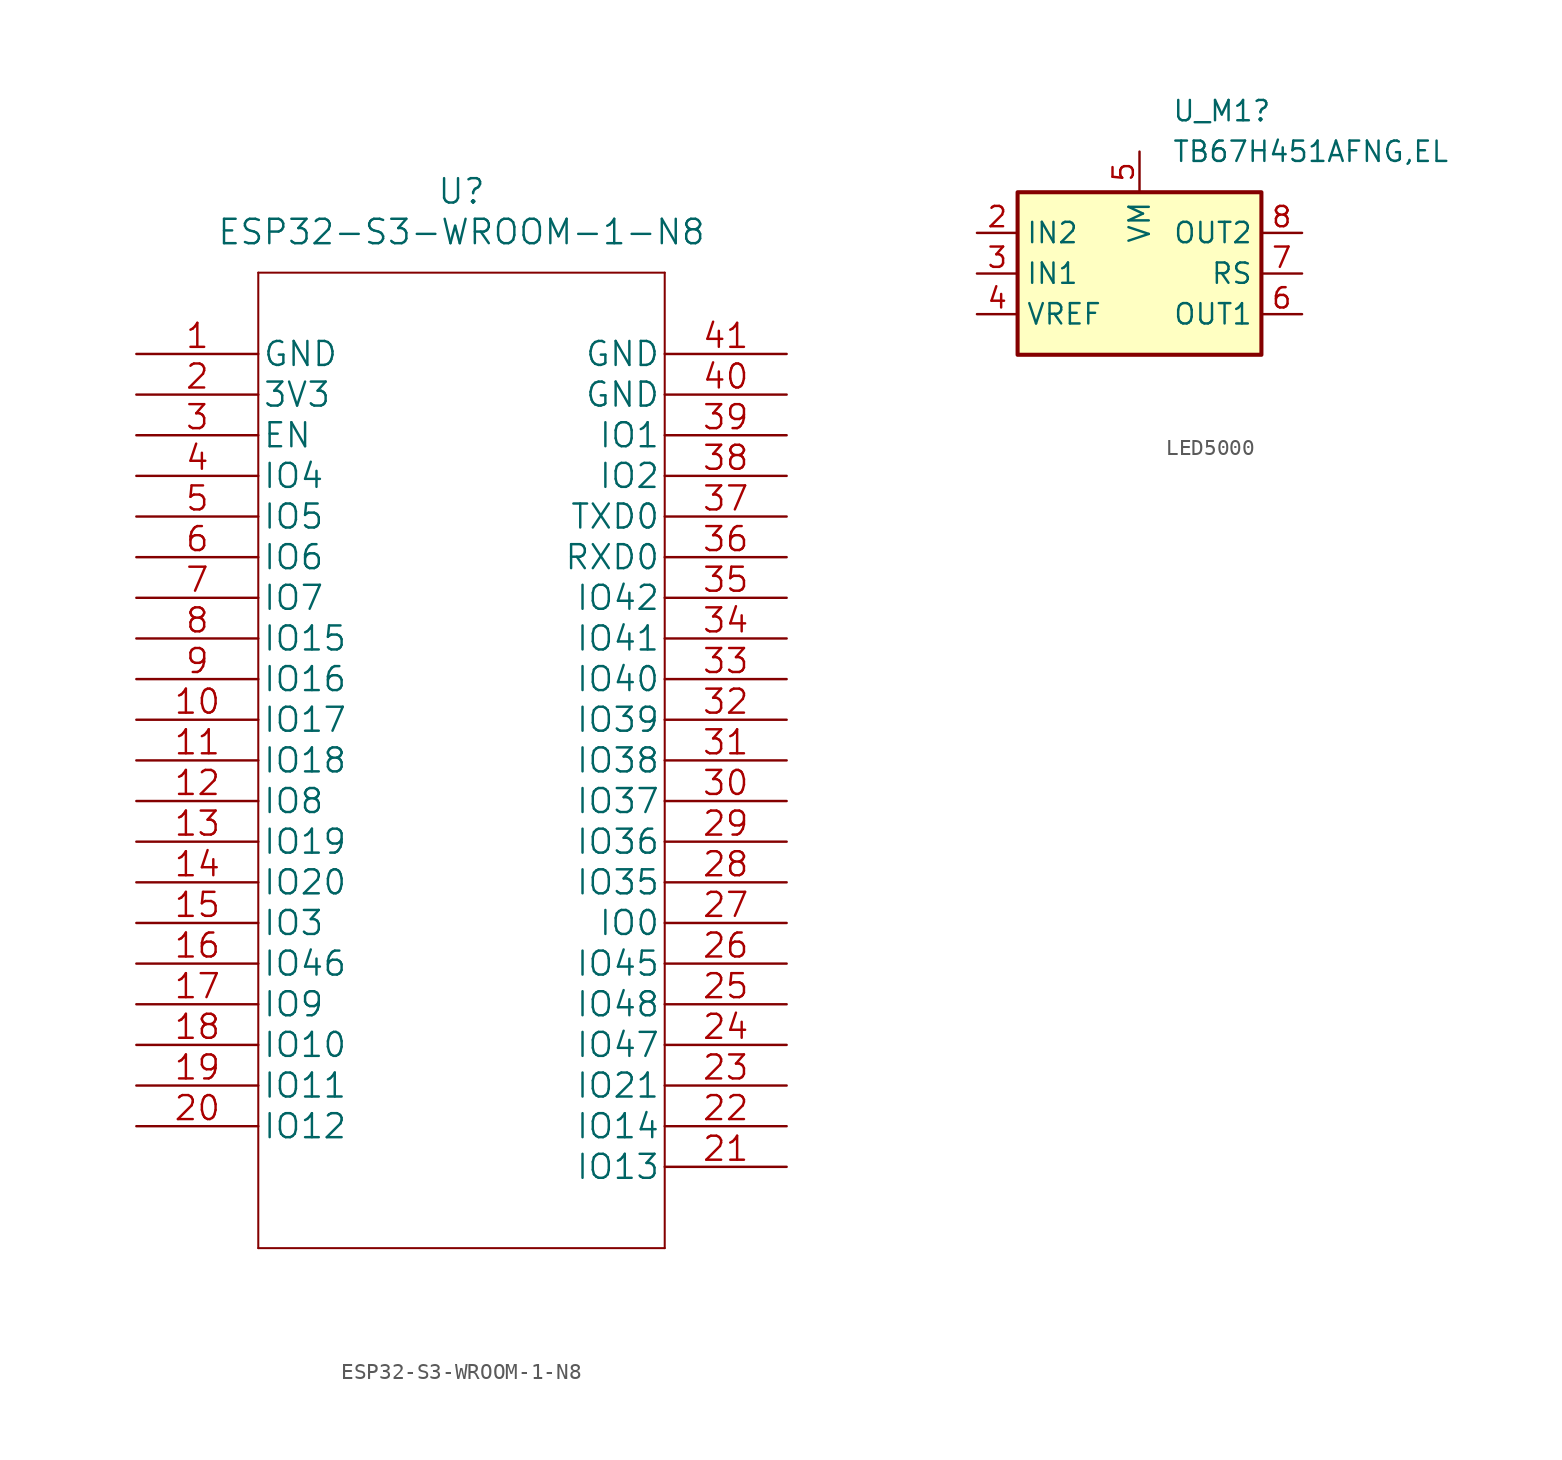
<source format=kicad_sym>
(kicad_symbol_lib
  (version 20220914)
  (generator kicad_symbol_editor)
  (symbol "ESP32-S3-WROOM-1-N8"
    (pin_names
      (offset 0.254))
    (property "Reference" "U"
      (at 20.32 10.16 0)
      (effects (font (size 1.524 1.524))))
    (property "Value" "ESP32-S3-WROOM-1-N8"
      (at 20.32 7.62 0)
      (effects (font (size 1.524 1.524))))
    (property "Datasheet" ""
      (at 0 0 0)
      (effects (font (size 1.524 1.524))))
    (property "ki_locked" ""
      (at 0 0 0)
      (effects (font (size 1.27 1.27))))
    (symbol "ESP32-S3-WROOM-1-N8_1_1"
      (polyline (pts (xy 7.62 -55.88) (xy 33.02 -55.88)) (stroke (width 0.127) (type default)) (fill (type none)))
      (polyline (pts (xy 7.62 5.08) (xy 7.62 -55.88)) (stroke (width 0.127) (type default)) (fill (type none)))
      (polyline (pts (xy 33.02 -55.88) (xy 33.02 5.08)) (stroke (width 0.127) (type default)) (fill (type none)))
      (polyline (pts (xy 33.02 5.08) (xy 7.62 5.08)) (stroke (width 0.127) (type default)) (fill (type none)))
      (pin power_in line (at 0 0 0) (length 7.62) (name "GND" (effects (font (size 1.499 1.499)))) (number "1" (effects (font (size 1.499 1.499)))))
      (pin bidirectional line (at 0 -22.86 0) (length 7.62) (name "IO17" (effects (font (size 1.499 1.499)))) (number "10" (effects (font (size 1.499 1.499)))))
      (pin bidirectional line (at 0 -25.4 0) (length 7.62) (name "IO18" (effects (font (size 1.499 1.499)))) (number "11" (effects (font (size 1.499 1.499)))))
      (pin bidirectional line (at 0 -27.94 0) (length 7.62) (name "IO8" (effects (font (size 1.499 1.499)))) (number "12" (effects (font (size 1.499 1.499)))))
      (pin bidirectional line (at 0 -30.48 0) (length 7.62) (name "IO19" (effects (font (size 1.499 1.499)))) (number "13" (effects (font (size 1.499 1.499)))))
      (pin bidirectional line (at 0 -33.02 0) (length 7.62) (name "IO20" (effects (font (size 1.499 1.499)))) (number "14" (effects (font (size 1.499 1.499)))))
      (pin bidirectional line (at 0 -35.56 0) (length 7.62) (name "IO3" (effects (font (size 1.499 1.499)))) (number "15" (effects (font (size 1.499 1.499)))))
      (pin bidirectional line (at 0 -38.1 0) (length 7.62) (name "IO46" (effects (font (size 1.499 1.499)))) (number "16" (effects (font (size 1.499 1.499)))))
      (pin bidirectional line (at 0 -40.64 0) (length 7.62) (name "IO9" (effects (font (size 1.499 1.499)))) (number "17" (effects (font (size 1.499 1.499)))))
      (pin bidirectional line (at 0 -43.18 0) (length 7.62) (name "IO10" (effects (font (size 1.499 1.499)))) (number "18" (effects (font (size 1.499 1.499)))))
      (pin bidirectional line (at 0 -45.72 0) (length 7.62) (name "IO11" (effects (font (size 1.499 1.499)))) (number "19" (effects (font (size 1.499 1.499)))))
      (pin power_in line (at 0 -2.54 0) (length 7.62) (name "3V3" (effects (font (size 1.499 1.499)))) (number "2" (effects (font (size 1.499 1.499)))))
      (pin bidirectional line (at 0 -48.26 0) (length 7.62) (name "IO12" (effects (font (size 1.499 1.499)))) (number "20" (effects (font (size 1.499 1.499)))))
      (pin bidirectional line (at 40.64 -50.8 180) (length 7.62) (name "IO13" (effects (font (size 1.499 1.499)))) (number "21" (effects (font (size 1.499 1.499)))))
      (pin bidirectional line (at 40.64 -48.26 180) (length 7.62) (name "IO14" (effects (font (size 1.499 1.499)))) (number "22" (effects (font (size 1.499 1.499)))))
      (pin bidirectional line (at 40.64 -45.72 180) (length 7.62) (name "IO21" (effects (font (size 1.499 1.499)))) (number "23" (effects (font (size 1.499 1.499)))))
      (pin bidirectional line (at 40.64 -43.18 180) (length 7.62) (name "IO47" (effects (font (size 1.499 1.499)))) (number "24" (effects (font (size 1.499 1.499)))))
      (pin bidirectional line (at 40.64 -40.64 180) (length 7.62) (name "IO48" (effects (font (size 1.499 1.499)))) (number "25" (effects (font (size 1.499 1.499)))))
      (pin bidirectional line (at 40.64 -38.1 180) (length 7.62) (name "IO45" (effects (font (size 1.499 1.499)))) (number "26" (effects (font (size 1.499 1.499)))))
      (pin bidirectional line (at 40.64 -35.56 180) (length 7.62) (name "IO0" (effects (font (size 1.499 1.499)))) (number "27" (effects (font (size 1.499 1.499)))))
      (pin bidirectional line (at 40.64 -33.02 180) (length 7.62) (name "IO35" (effects (font (size 1.499 1.499)))) (number "28" (effects (font (size 1.499 1.499)))))
      (pin bidirectional line (at 40.64 -30.48 180) (length 7.62) (name "IO36" (effects (font (size 1.499 1.499)))) (number "29" (effects (font (size 1.499 1.499)))))
      (pin input line (at 0 -5.08 0) (length 7.62) (name "EN" (effects (font (size 1.499 1.499)))) (number "3" (effects (font (size 1.499 1.499)))))
      (pin bidirectional line (at 40.64 -27.94 180) (length 7.62) (name "IO37" (effects (font (size 1.499 1.499)))) (number "30" (effects (font (size 1.499 1.499)))))
      (pin bidirectional line (at 40.64 -25.4 180) (length 7.62) (name "IO38" (effects (font (size 1.499 1.499)))) (number "31" (effects (font (size 1.499 1.499)))))
      (pin bidirectional line (at 40.64 -22.86 180) (length 7.62) (name "IO39" (effects (font (size 1.499 1.499)))) (number "32" (effects (font (size 1.499 1.499)))))
      (pin bidirectional line (at 40.64 -20.32 180) (length 7.62) (name "IO40" (effects (font (size 1.499 1.499)))) (number "33" (effects (font (size 1.499 1.499)))))
      (pin bidirectional line (at 40.64 -17.78 180) (length 7.62) (name "IO41" (effects (font (size 1.499 1.499)))) (number "34" (effects (font (size 1.499 1.499)))))
      (pin bidirectional line (at 40.64 -15.24 180) (length 7.62) (name "IO42" (effects (font (size 1.499 1.499)))) (number "35" (effects (font (size 1.499 1.499)))))
      (pin bidirectional line (at 40.64 -12.7 180) (length 7.62) (name "RXD0" (effects (font (size 1.499 1.499)))) (number "36" (effects (font (size 1.499 1.499)))))
      (pin bidirectional line (at 40.64 -10.16 180) (length 7.62) (name "TXD0" (effects (font (size 1.499 1.499)))) (number "37" (effects (font (size 1.499 1.499)))))
      (pin bidirectional line (at 40.64 -7.62 180) (length 7.62) (name "IO2" (effects (font (size 1.499 1.499)))) (number "38" (effects (font (size 1.499 1.499)))))
      (pin bidirectional line (at 40.64 -5.08 180) (length 7.62) (name "IO1" (effects (font (size 1.499 1.499)))) (number "39" (effects (font (size 1.499 1.499)))))
      (pin bidirectional line (at 0 -7.62 0) (length 7.62) (name "IO4" (effects (font (size 1.499 1.499)))) (number "4" (effects (font (size 1.499 1.499)))))
      (pin power_in line (at 40.64 -2.54 180) (length 7.62) (name "GND" (effects (font (size 1.499 1.499)))) (number "40" (effects (font (size 1.499 1.499)))))
      (pin power_in line (at 40.64 0 180) (length 7.62) (name "GND" (effects (font (size 1.499 1.499)))) (number "41" (effects (font (size 1.499 1.499)))))
      (pin bidirectional line (at 0 -10.16 0) (length 7.62) (name "IO5" (effects (font (size 1.499 1.499)))) (number "5" (effects (font (size 1.499 1.499)))))
      (pin bidirectional line (at 0 -12.7 0) (length 7.62) (name "IO6" (effects (font (size 1.499 1.499)))) (number "6" (effects (font (size 1.499 1.499)))))
      (pin bidirectional line (at 0 -15.24 0) (length 7.62) (name "IO7" (effects (font (size 1.499 1.499)))) (number "7" (effects (font (size 1.499 1.499)))))
      (pin bidirectional line (at 0 -17.78 0) (length 7.62) (name "IO15" (effects (font (size 1.499 1.499)))) (number "8" (effects (font (size 1.499 1.499)))))
      (pin bidirectional line (at 0 -20.32 0) (length 7.62) (name "IO16" (effects (font (size 1.499 1.499)))) (number "9" (effects (font (size 1.499 1.499)))))))
  (symbol "LED5000"
    (property "Reference" "U_M1"
      (at 2.019 10.16 0)
      (effects (font (size 1.27 1.27)) (justify left)))
    (property "Value" "TB67H451AFNG,EL"
      (at 2.019 7.62 0)
      (effects (font (size 1.27 1.27)) (justify left)))
    (symbol "LED5000_1_0"
      (pin passive line (at 0 -7.62 90) (length 2.54) hide (name "GND" (effects (font (size 1.27 1.27)))) (number "1" (effects (font (size 1.27 1.27)))))
      (pin input line (at -10.16 2.54 0) (length 2.54) (name "IN2" (effects (font (size 1.27 1.27)))) (number "2" (effects (font (size 1.27 1.27)))))
      (pin input line (at -10.16 0 0) (length 2.54) (name "IN1" (effects (font (size 1.27 1.27)))) (number "3" (effects (font (size 1.27 1.27)))))
      (pin passive line (at -10.16 -2.54 0) (length 2.54) (name "VREF" (effects (font (size 1.27 1.27)))) (number "4" (effects (font (size 1.27 1.27)))))
      (pin power_in line (at 0 7.62 270) (length 2.54) (name "VM" (effects (font (size 1.27 1.27)))) (number "5" (effects (font (size 1.27 1.27)))))
      (pin output line (at 10.16 -2.54 180) (length 2.54) (name "OUT1" (effects (font (size 1.27 1.27)))) (number "6" (effects (font (size 1.27 1.27)))))
      (pin output line (at 10.16 0 180) (length 2.54) (name "RS" (effects (font (size 1.27 1.27)))) (number "7" (effects (font (size 1.27 1.27)))))
      (pin output line (at 10.16 2.54 180) (length 2.54) (name "OUT2" (effects (font (size 1.27 1.27)))) (number "8" (effects (font (size 1.27 1.27))))))
    (symbol "LED5000_1_1"
      (rectangle (start -7.62 5.08) (end 7.62 -5.08) (stroke (width 0.254) (type default)) (fill (type background))))))
</source>
